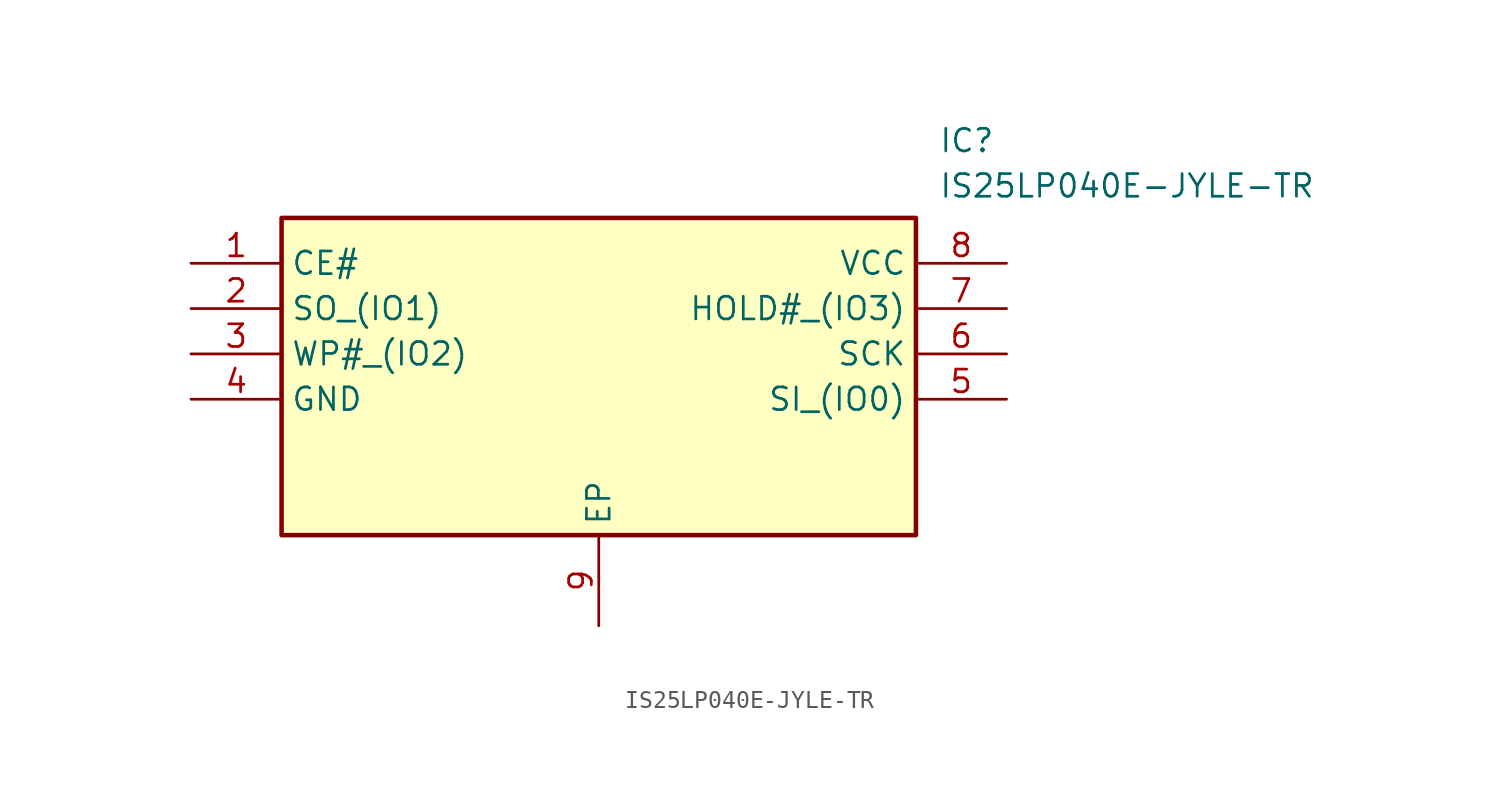
<source format=kicad_sym>
(kicad_symbol_lib
  (version 20211014)
  (generator SamacSys_ECAD_Model)
  (symbol "IS25LP040E-JYLE-TR"
    (property "Reference" "IC"
      (at 41.91 7.62 0)
      (effects (font (size 1.27 1.27)) (justify left top)))
    (property "Value" "IS25LP040E-JYLE-TR"
      (at 41.91 5.08 0)
      (effects (font (size 1.27 1.27)) (justify left top)))
    (rectangle
      (start 5.08 2.54)
      (end 40.64 -15.24)
      (stroke (width 0.254) (type default))
      (fill (type background)))
    (pin passive line
      (at 0 0 0)
      (length 5.08)
      (name "CE#" (effects (font (size 1.27 1.27))))
      (number "1" (effects (font (size 1.27 1.27)))))
    (pin passive line
      (at 0 -2.54 0)
      (length 5.08)
      (name "SO_(IO1)" (effects (font (size 1.27 1.27))))
      (number "2" (effects (font (size 1.27 1.27)))))
    (pin passive line
      (at 0 -5.08 0)
      (length 5.08)
      (name "WP#_(IO2)" (effects (font (size 1.27 1.27))))
      (number "3" (effects (font (size 1.27 1.27)))))
    (pin passive line
      (at 0 -7.62 0)
      (length 5.08)
      (name "GND" (effects (font (size 1.27 1.27))))
      (number "4" (effects (font (size 1.27 1.27)))))
    (pin passive line
      (at 22.86 -20.32 90)
      (length 5.08)
      (name "EP" (effects (font (size 1.27 1.27))))
      (number "9" (effects (font (size 1.27 1.27)))))
    (pin passive line
      (at 45.72 0 180)
      (length 5.08)
      (name "VCC" (effects (font (size 1.27 1.27))))
      (number "8" (effects (font (size 1.27 1.27)))))
    (pin passive line
      (at 45.72 -2.54 180)
      (length 5.08)
      (name "HOLD#_(IO3)" (effects (font (size 1.27 1.27))))
      (number "7" (effects (font (size 1.27 1.27)))))
    (pin passive line
      (at 45.72 -5.08 180)
      (length 5.08)
      (name "SCK" (effects (font (size 1.27 1.27))))
      (number "6" (effects (font (size 1.27 1.27)))))
    (pin passive line
      (at 45.72 -7.62 180)
      (length 5.08)
      (name "SI_(IO0)" (effects (font (size 1.27 1.27))))
      (number "5" (effects (font (size 1.27 1.27)))))))
</source>
